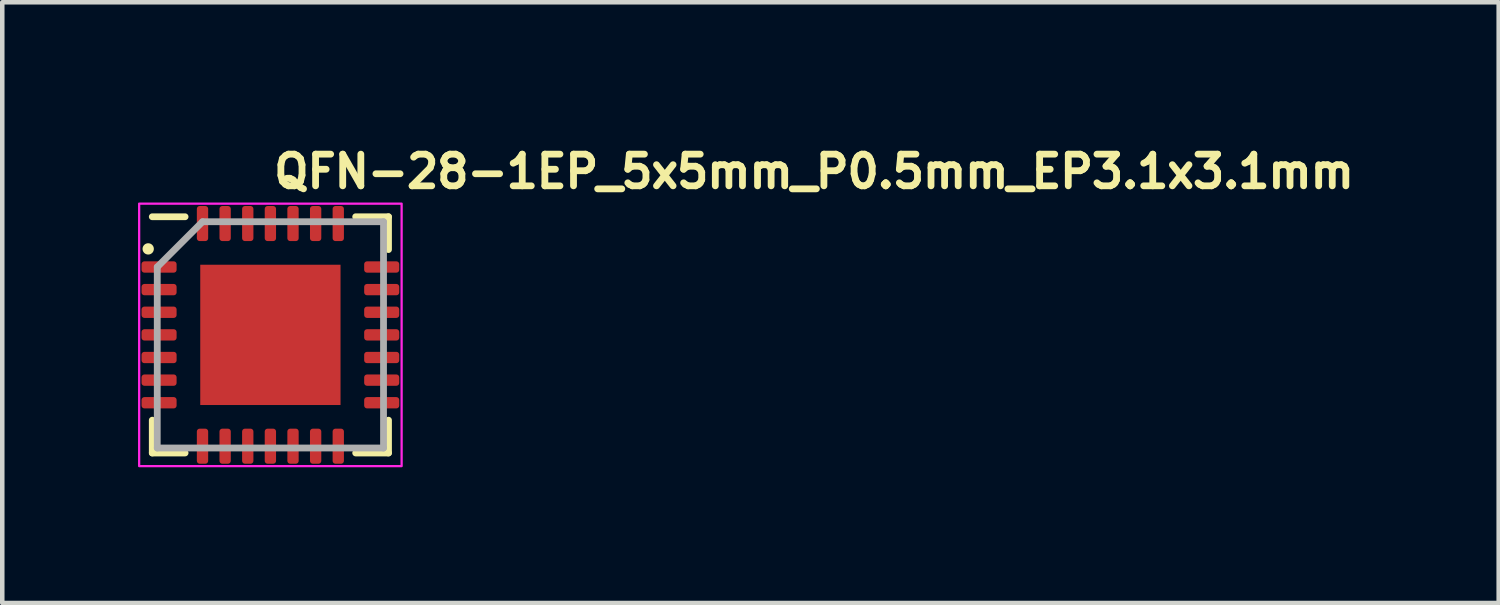
<source format=kicad_pcb>
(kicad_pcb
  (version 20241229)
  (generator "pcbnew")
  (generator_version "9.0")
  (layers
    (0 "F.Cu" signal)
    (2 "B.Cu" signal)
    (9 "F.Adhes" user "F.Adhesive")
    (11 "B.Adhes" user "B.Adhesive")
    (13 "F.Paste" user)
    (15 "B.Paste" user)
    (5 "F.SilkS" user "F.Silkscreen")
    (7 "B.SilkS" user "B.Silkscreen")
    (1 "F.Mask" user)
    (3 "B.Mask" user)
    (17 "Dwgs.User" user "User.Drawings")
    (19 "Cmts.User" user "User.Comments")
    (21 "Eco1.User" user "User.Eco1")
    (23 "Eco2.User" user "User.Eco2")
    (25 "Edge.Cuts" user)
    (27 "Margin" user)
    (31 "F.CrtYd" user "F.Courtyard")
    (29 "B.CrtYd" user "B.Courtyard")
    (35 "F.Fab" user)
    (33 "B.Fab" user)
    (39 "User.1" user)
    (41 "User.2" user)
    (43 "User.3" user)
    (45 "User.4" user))
  (footprint "QFN-28-1EP_5x5mm_P0.5mm_EP3.1x3.1mm"
    (layer "F.Cu")
    (at 2.925 4.35)
    (property "Reference" "QFN-28-1EP_5x5mm_P0.5mm_EP3.1x3.1mm" (at 0 -3.2 0) (layer "F.SilkS") (effects (font (size 0.7 0.7) (thickness 0.15)) (justify left bottom)))
    (attr smd)
    (fp_line (start -2.61 2.61) (end -2.61 1.885) (stroke (width 0.15) (type solid)) (layer "F.SilkS"))
    (fp_line (start -1.885 -2.61) (end -2.61 -2.61) (stroke (width 0.15) (type solid)) (layer "F.SilkS"))
    (fp_line (start -1.885 2.61) (end -2.61 2.61) (stroke (width 0.15) (type solid)) (layer "F.SilkS"))
    (fp_line (start 1.885 -2.61) (end 2.61 -2.61) (stroke (width 0.15) (type solid)) (layer "F.SilkS"))
    (fp_line (start 1.885 2.61) (end 2.61 2.61) (stroke (width 0.15) (type solid)) (layer "F.SilkS"))
    (fp_line (start 2.61 -2.61) (end 2.61 -1.885) (stroke (width 0.15) (type solid)) (layer "F.SilkS"))
    (fp_line (start 2.61 2.61) (end 2.61 1.885) (stroke (width 0.15) (type solid)) (layer "F.SilkS"))
    (fp_circle (center -2.7 -1.9) (end -2.65 -1.9) (stroke (width 0.15) (type solid)) (fill yes) (layer "F.SilkS"))
    (fp_rect (start -2.9 -2.9) (end 2.9 2.9) (stroke (width 0.05) (type solid)) (fill no) (layer "F.CrtYd"))
    (fp_line (start -2.5 -1.5) (end -1.5 -2.5) (stroke (width 0.15) (type solid)) (layer "F.Fab"))
    (fp_line (start -2.5 2.5) (end -2.5 -1.5) (stroke (width 0.15) (type solid)) (layer "F.Fab"))
    (fp_line (start -1.5 -2.5) (end 2.5 -2.5) (stroke (width 0.15) (type solid)) (layer "F.Fab"))
    (fp_line (start 2.5 -2.5) (end 2.5 2.5) (stroke (width 0.15) (type solid)) (layer "F.Fab"))
    (fp_line (start 2.5 2.5) (end -2.5 2.5) (stroke (width 0.15) (type solid)) (layer "F.Fab"))
    (fp_rect (start -2.5 -2.5) (end 2.5 2.5) (stroke (width 0.1) (type solid)) (fill no) (layer "User.5"))
    (fp_line (start -2.5 -1.625) (end -2.5 -1.375) (stroke (width 0.02) (type solid)) (layer "User.9"))
    (fp_line (start -2.5 -1.375) (end -2.49 -1.375) (stroke (width 0.02) (type solid)) (layer "User.9"))
    (fp_line (start -2.5 -1.125) (end -2.5 -0.875) (stroke (width 0.02) (type solid)) (layer "User.9"))
    (fp_line (start -2.5 -0.875) (end -2.49 -0.875) (stroke (width 0.02) (type solid)) (layer "User.9"))
    (fp_line (start -2.5 -0.625) (end -2.5 -0.375) (stroke (width 0.02) (type solid)) (layer "User.9"))
    (fp_line (start -2.5 -0.375) (end -2.49 -0.375) (stroke (width 0.02) (type solid)) (layer "User.9"))
    (fp_line (start -2.5 -0.125) (end -2.5 0.125) (stroke (width 0.02) (type solid)) (layer "User.9"))
    (fp_line (start -2.5 0.125) (end -2.49 0.125) (stroke (width 0.02) (type solid)) (layer "User.9"))
    (fp_line (start -2.5 0.375) (end -2.5 0.625) (stroke (width 0.02) (type solid)) (layer "User.9"))
    (fp_line (start -2.5 0.625) (end -2.49 0.625) (stroke (width 0.02) (type solid)) (layer "User.9"))
    (fp_line (start -2.5 0.875) (end -2.5 1.125) (stroke (width 0.02) (type solid)) (layer "User.9"))
    (fp_line (start -2.5 1.125) (end -2.49 1.125) (stroke (width 0.02) (type solid)) (layer "User.9"))
    (fp_line (start -2.5 1.375) (end -2.5 1.625) (stroke (width 0.02) (type solid)) (layer "User.9"))
    (fp_line (start -2.5 1.625) (end -2.49 1.625) (stroke (width 0.02) (type solid)) (layer "User.9"))
    (fp_line (start -2.49 -2.49) (end -2.49 2.49) (stroke (width 0.02) (type solid)) (layer "User.9"))
    (fp_line (start -2.49 -2.49) (end 2.49 -2.49) (stroke (width 0.02) (type solid)) (layer "User.9"))
    (fp_line (start -2.49 -1.625) (end -2.5 -1.625) (stroke (width 0.02) (type solid)) (layer "User.9"))
    (fp_line (start -2.49 -1.125) (end -2.5 -1.125) (stroke (width 0.02) (type solid)) (layer "User.9"))
    (fp_line (start -2.49 -0.625) (end -2.5 -0.625) (stroke (width 0.02) (type solid)) (layer "User.9"))
    (fp_line (start -2.49 -0.125) (end -2.5 -0.125) (stroke (width 0.02) (type solid)) (layer "User.9"))
    (fp_line (start -2.49 0.375) (end -2.5 0.375) (stroke (width 0.02) (type solid)) (layer "User.9"))
    (fp_line (start -2.49 0.875) (end -2.5 0.875) (stroke (width 0.02) (type solid)) (layer "User.9"))
    (fp_line (start -2.49 1.375) (end -2.5 1.375) (stroke (width 0.02) (type solid)) (layer "User.9"))
    (fp_line (start -2.49 2.49) (end 2.49 2.49) (stroke (width 0.02) (type solid)) (layer "User.9"))
    (fp_line (start -2.15 -1.913) (end -2.15 -1.9) (stroke (width 0.02) (type solid)) (layer "User.9"))
    (fp_line (start -2.15 -1.9) (end -2.15 -1.9) (stroke (width 0.02) (type solid)) (layer "User.9"))
    (fp_line (start -2.15 -1.9) (end -2.15 -1.887) (stroke (width 0.02) (type solid)) (layer "User.9"))
    (fp_line (start -2.15 -1.887) (end -2.149 -1.874) (stroke (width 0.02) (type solid)) (layer "User.9"))
    (fp_line (start -2.149 -1.926) (end -2.15 -1.913) (stroke (width 0.02) (type solid)) (layer "User.9"))
    (fp_line (start -2.149 -1.874) (end -2.147 -1.862) (stroke (width 0.02) (type solid)) (layer "User.9"))
    (fp_line (start -2.147 -1.938) (end -2.149 -1.926) (stroke (width 0.02) (type solid)) (layer "User.9"))
    (fp_line (start -2.147 -1.862) (end -2.145 -1.85) (stroke (width 0.02) (type solid)) (layer "User.9"))
    (fp_line (start -2.145 -1.95) (end -2.147 -1.938) (stroke (width 0.02) (type solid)) (layer "User.9"))
    (fp_line (start -2.145 -1.85) (end -2.142 -1.838) (stroke (width 0.02) (type solid)) (layer "User.9"))
    (fp_line (start -2.142 -1.962) (end -2.145 -1.95) (stroke (width 0.02) (type solid)) (layer "User.9"))
    (fp_line (start -2.142 -1.838) (end -2.139 -1.826) (stroke (width 0.02) (type solid)) (layer "User.9"))
    (fp_line (start -2.139 -1.974) (end -2.142 -1.962) (stroke (width 0.02) (type solid)) (layer "User.9"))
    (fp_line (start -2.139 -1.826) (end -2.135 -1.814) (stroke (width 0.02) (type solid)) (layer "User.9"))
    (fp_line (start -2.135 -1.986) (end -2.139 -1.974) (stroke (width 0.02) (type solid)) (layer "User.9"))
    (fp_line (start -2.135 -1.814) (end -2.13 -1.803) (stroke (width 0.02) (type solid)) (layer "User.9"))
    (fp_line (start -2.13 -1.997) (end -2.135 -1.986) (stroke (width 0.02) (type solid)) (layer "User.9"))
    (fp_line (start -2.13 -1.803) (end -2.125 -1.792) (stroke (width 0.02) (type solid)) (layer "User.9"))
    (fp_line (start -2.125 -2.008) (end -2.13 -1.997) (stroke (width 0.02) (type solid)) (layer "User.9"))
    (fp_line (start -2.125 -1.792) (end -2.12 -1.781) (stroke (width 0.02) (type solid)) (layer "User.9"))
    (fp_line (start -2.12 -2.019) (end -2.125 -2.008) (stroke (width 0.02) (type solid)) (layer "User.9"))
    (fp_line (start -2.12 -1.781) (end -2.114 -1.77) (stroke (width 0.02) (type solid)) (layer "User.9"))
    (fp_line (start -2.114 -2.03) (end -2.12 -2.019) (stroke (width 0.02) (type solid)) (layer "User.9"))
    (fp_line (start -2.114 -1.77) (end -2.107 -1.76) (stroke (width 0.02) (type solid)) (layer "User.9"))
    (fp_line (start -2.107 -2.04) (end -2.114 -2.03) (stroke (width 0.02) (type solid)) (layer "User.9"))
    (fp_line (start -2.107 -1.76) (end -2.1 -1.75) (stroke (width 0.02) (type solid)) (layer "User.9"))
    (fp_line (start -2.1 -2.05) (end -2.107 -2.04) (stroke (width 0.02) (type solid)) (layer "User.9"))
    (fp_line (start -2.1 -1.75) (end -2.093 -1.741) (stroke (width 0.02) (type solid)) (layer "User.9"))
    (fp_line (start -2.093 -2.059) (end -2.1 -2.05) (stroke (width 0.02) (type solid)) (layer "User.9"))
    (fp_line (start -2.093 -1.741) (end -2.085 -1.732) (stroke (width 0.02) (type solid)) (layer "User.9"))
    (fp_line (start -2.085 -2.068) (end -2.093 -2.059) (stroke (width 0.02) (type solid)) (layer "User.9"))
    (fp_line (start -2.085 -1.732) (end -2.077 -1.723) (stroke (width 0.02) (type solid)) (layer "User.9"))
    (fp_line (start -2.077 -2.077) (end -2.085 -2.068) (stroke (width 0.02) (type solid)) (layer "User.9"))
    (fp_line (start -2.077 -1.723) (end -2.068 -1.715) (stroke (width 0.02) (type solid)) (layer "User.9"))
    (fp_line (start -2.068 -2.085) (end -2.077 -2.077) (stroke (width 0.02) (type solid)) (layer "User.9"))
    (fp_line (start -2.068 -1.715) (end -2.059 -1.707) (stroke (width 0.02) (type solid)) (layer "User.9"))
    (fp_line (start -2.059 -2.093) (end -2.068 -2.085) (stroke (width 0.02) (type solid)) (layer "User.9"))
    (fp_line (start -2.059 -1.707) (end -2.05 -1.7) (stroke (width 0.02) (type solid)) (layer "User.9"))
    (fp_line (start -2.05 -2.1) (end -2.059 -2.093) (stroke (width 0.02) (type solid)) (layer "User.9"))
    (fp_line (start -2.05 -1.7) (end -2.04 -1.693) (stroke (width 0.02) (type solid)) (layer "User.9"))
    (fp_line (start -2.04 -2.107) (end -2.05 -2.1) (stroke (width 0.02) (type solid)) (layer "User.9"))
    (fp_line (start -2.04 -1.693) (end -2.03 -1.686) (stroke (width 0.02) (type solid)) (layer "User.9"))
    (fp_line (start -2.03 -2.114) (end -2.04 -2.107) (stroke (width 0.02) (type solid)) (layer "User.9"))
    (fp_line (start -2.03 -1.686) (end -2.019 -1.68) (stroke (width 0.02) (type solid)) (layer "User.9"))
    (fp_line (start -2.019 -2.12) (end -2.03 -2.114) (stroke (width 0.02) (type solid)) (layer "User.9"))
    (fp_line (start -2.019 -1.68) (end -2.008 -1.675) (stroke (width 0.02) (type solid)) (layer "User.9"))
    (fp_line (start -2.008 -2.125) (end -2.019 -2.12) (stroke (width 0.02) (type solid)) (layer "User.9"))
    (fp_line (start -2.008 -1.675) (end -1.997 -1.67) (stroke (width 0.02) (type solid)) (layer "User.9"))
    (fp_line (start -1.997 -2.13) (end -2.008 -2.125) (stroke (width 0.02) (type solid)) (layer "User.9"))
    (fp_line (start -1.997 -1.67) (end -1.986 -1.665) (stroke (width 0.02) (type solid)) (layer "User.9"))
    (fp_line (start -1.986 -2.135) (end -1.997 -2.13) (stroke (width 0.02) (type solid)) (layer "User.9"))
    (fp_line (start -1.986 -1.665) (end -1.974 -1.661) (stroke (width 0.02) (type solid)) (layer "User.9"))
    (fp_line (start -1.974 -2.139) (end -1.986 -2.135) (stroke (width 0.02) (type solid)) (layer "User.9"))
    (fp_line (start -1.974 -1.661) (end -1.962 -1.658) (stroke (width 0.02) (type solid)) (layer "User.9"))
    (fp_line (start -1.962 -2.142) (end -1.974 -2.139) (stroke (width 0.02) (type solid)) (layer "User.9"))
    (fp_line (start -1.962 -1.658) (end -1.95 -1.655) (stroke (width 0.02) (type solid)) (layer "User.9"))
    (fp_line (start -1.95 -2.145) (end -1.962 -2.142) (stroke (width 0.02) (type solid)) (layer "User.9"))
    (fp_line (start -1.95 -1.655) (end -1.938 -1.653) (stroke (width 0.02) (type solid)) (layer "User.9"))
    (fp_line (start -1.938 -2.147) (end -1.95 -2.145) (stroke (width 0.02) (type solid)) (layer "User.9"))
    (fp_line (start -1.938 -1.653) (end -1.926 -1.651) (stroke (width 0.02) (type solid)) (layer "User.9"))
    (fp_line (start -1.926 -2.149) (end -1.938 -2.147) (stroke (width 0.02) (type solid)) (layer "User.9"))
    (fp_line (start -1.926 -1.651) (end -1.913 -1.65) (stroke (width 0.02) (type solid)) (layer "User.9"))
    (fp_line (start -1.913 -2.15) (end -1.926 -2.149) (stroke (width 0.02) (type solid)) (layer "User.9"))
    (fp_line (start -1.913 -1.65) (end -1.9 -1.65) (stroke (width 0.02) (type solid)) (layer "User.9"))
    (fp_line (start -1.9 -2.15) (end -1.913 -2.15) (stroke (width 0.02) (type solid)) (layer "User.9"))
    (fp_line (start -1.9 -2.15) (end -1.9 -2.15) (stroke (width 0.02) (type solid)) (layer "User.9"))
    (fp_line (start -1.9 -1.65) (end -1.9 -1.65) (stroke (width 0.02) (type solid)) (layer "User.9"))
    (fp_line (start -1.9 -1.65) (end -1.887 -1.65) (stroke (width 0.02) (type solid)) (layer "User.9"))
    (fp_line (start -1.887 -2.15) (end -1.9 -2.15) (stroke (width 0.02) (type solid)) (layer "User.9"))
    (fp_line (start -1.887 -1.65) (end -1.874 -1.651) (stroke (width 0.02) (type solid)) (layer "User.9"))
    (fp_line (start -1.874 -2.149) (end -1.887 -2.15) (stroke (width 0.02) (type solid)) (layer "User.9"))
    (fp_line (start -1.874 -1.651) (end -1.862 -1.653) (stroke (width 0.02) (type solid)) (layer "User.9"))
    (fp_line (start -1.862 -2.147) (end -1.874 -2.149) (stroke (width 0.02) (type solid)) (layer "User.9"))
    (fp_line (start -1.862 -1.653) (end -1.85 -1.655) (stroke (width 0.02) (type solid)) (layer "User.9"))
    (fp_line (start -1.85 -2.145) (end -1.862 -2.147) (stroke (width 0.02) (type solid)) (layer "User.9"))
    (fp_line (start -1.85 -1.655) (end -1.838 -1.658) (stroke (width 0.02) (type solid)) (layer "User.9"))
    (fp_line (start -1.838 -2.142) (end -1.85 -2.145) (stroke (width 0.02) (type solid)) (layer "User.9"))
    (fp_line (start -1.838 -1.658) (end -1.826 -1.661) (stroke (width 0.02) (type solid)) (layer "User.9"))
    (fp_line (start -1.826 -2.139) (end -1.838 -2.142) (stroke (width 0.02) (type solid)) (layer "User.9"))
    (fp_line (start -1.826 -1.661) (end -1.814 -1.665) (stroke (width 0.02) (type solid)) (layer "User.9"))
    (fp_line (start -1.814 -2.135) (end -1.826 -2.139) (stroke (width 0.02) (type solid)) (layer "User.9"))
    (fp_line (start -1.814 -1.665) (end -1.803 -1.67) (stroke (width 0.02) (type solid)) (layer "User.9"))
    (fp_line (start -1.803 -2.13) (end -1.814 -2.135) (stroke (width 0.02) (type solid)) (layer "User.9"))
    (fp_line (start -1.803 -1.67) (end -1.792 -1.675) (stroke (width 0.02) (type solid)) (layer "User.9"))
    (fp_line (start -1.792 -2.125) (end -1.803 -2.13) (stroke (width 0.02) (type solid)) (layer "User.9"))
    (fp_line (start -1.792 -1.675) (end -1.781 -1.68) (stroke (width 0.02) (type solid)) (layer "User.9"))
    (fp_line (start -1.781 -2.12) (end -1.792 -2.125) (stroke (width 0.02) (type solid)) (layer "User.9"))
    (fp_line (start -1.781 -1.68) (end -1.77 -1.686) (stroke (width 0.02) (type solid)) (layer "User.9"))
    (fp_line (start -1.77 -2.114) (end -1.781 -2.12) (stroke (width 0.02) (type solid)) (layer "User.9"))
    (fp_line (start -1.77 -1.686) (end -1.76 -1.693) (stroke (width 0.02) (type solid)) (layer "User.9"))
    (fp_line (start -1.76 -2.107) (end -1.77 -2.114) (stroke (width 0.02) (type solid)) (layer "User.9"))
    (fp_line (start -1.76 -1.693) (end -1.75 -1.7) (stroke (width 0.02) (type solid)) (layer "User.9"))
    (fp_line (start -1.75 -2.1) (end -1.76 -2.107) (stroke (width 0.02) (type solid)) (layer "User.9"))
    (fp_line (start -1.75 -1.7) (end -1.741 -1.707) (stroke (width 0.02) (type solid)) (layer "User.9"))
    (fp_line (start -1.741 -2.093) (end -1.75 -2.1) (stroke (width 0.02) (type solid)) (layer "User.9"))
    (fp_line (start -1.741 -1.707) (end -1.732 -1.715) (stroke (width 0.02) (type solid)) (layer "User.9"))
    (fp_line (start -1.732 -2.085) (end -1.741 -2.093) (stroke (width 0.02) (type solid)) (layer "User.9"))
    (fp_line (start -1.732 -1.715) (end -1.723 -1.723) (stroke (width 0.02) (type solid)) (layer "User.9"))
    (fp_line (start -1.723 -2.077) (end -1.732 -2.085) (stroke (width 0.02) (type solid)) (layer "User.9"))
    (fp_line (start -1.723 -1.723) (end -1.715 -1.732) (stroke (width 0.02) (type solid)) (layer "User.9"))
    (fp_line (start -1.715 -2.068) (end -1.723 -2.077) (stroke (width 0.02) (type solid)) (layer "User.9"))
    (fp_line (start -1.715 -1.732) (end -1.707 -1.741) (stroke (width 0.02) (type solid)) (layer "User.9"))
    (fp_line (start -1.707 -2.059) (end -1.715 -2.068) (stroke (width 0.02) (type solid)) (layer "User.9"))
    (fp_line (start -1.707 -1.741) (end -1.7 -1.75) (stroke (width 0.02) (type solid)) (layer "User.9"))
    (fp_line (start -1.7 -2.05) (end -1.707 -2.059) (stroke (width 0.02) (type solid)) (layer "User.9"))
    (fp_line (start -1.7 -1.75) (end -1.693 -1.76) (stroke (width 0.02) (type solid)) (layer "User.9"))
    (fp_line (start -1.693 -2.04) (end -1.7 -2.05) (stroke (width 0.02) (type solid)) (layer "User.9"))
    (fp_line (start -1.693 -1.76) (end -1.686 -1.77) (stroke (width 0.02) (type solid)) (layer "User.9"))
    (fp_line (start -1.686 -2.03) (end -1.693 -2.04) (stroke (width 0.02) (type solid)) (layer "User.9"))
    (fp_line (start -1.686 -1.77) (end -1.68 -1.781) (stroke (width 0.02) (type solid)) (layer "User.9"))
    (fp_line (start -1.68 -2.019) (end -1.686 -2.03) (stroke (width 0.02) (type solid)) (layer "User.9"))
    (fp_line (start -1.68 -1.781) (end -1.675 -1.792) (stroke (width 0.02) (type solid)) (layer "User.9"))
    (fp_line (start -1.675 -2.008) (end -1.68 -2.019) (stroke (width 0.02) (type solid)) (layer "User.9"))
    (fp_line (start -1.675 -1.792) (end -1.67 -1.803) (stroke (width 0.02) (type solid)) (layer "User.9"))
    (fp_line (start -1.67 -1.997) (end -1.675 -2.008) (stroke (width 0.02) (type solid)) (layer "User.9"))
    (fp_line (start -1.67 -1.803) (end -1.665 -1.814) (stroke (width 0.02) (type solid)) (layer "User.9"))
    (fp_line (start -1.665 -1.986) (end -1.67 -1.997) (stroke (width 0.02) (type solid)) (layer "User.9"))
    (fp_line (start -1.665 -1.814) (end -1.661 -1.826) (stroke (width 0.02) (type solid)) (layer "User.9"))
    (fp_line (start -1.661 -1.974) (end -1.665 -1.986) (stroke (width 0.02) (type solid)) (layer "User.9"))
    (fp_line (start -1.661 -1.826) (end -1.658 -1.838) (stroke (width 0.02) (type solid)) (layer "User.9"))
    (fp_line (start -1.658 -1.962) (end -1.661 -1.974) (stroke (width 0.02) (type solid)) (layer "User.9"))
    (fp_line (start -1.658 -1.838) (end -1.655 -1.85) (stroke (width 0.02) (type solid)) (layer "User.9"))
    (fp_line (start -1.655 -1.95) (end -1.658 -1.962) (stroke (width 0.02) (type solid)) (layer "User.9"))
    (fp_line (start -1.655 -1.85) (end -1.653 -1.862) (stroke (width 0.02) (type solid)) (layer "User.9"))
    (fp_line (start -1.653 -1.938) (end -1.655 -1.95) (stroke (width 0.02) (type solid)) (layer "User.9"))
    (fp_line (start -1.653 -1.862) (end -1.651 -1.874) (stroke (width 0.02) (type solid)) (layer "User.9"))
    (fp_line (start -1.651 -1.926) (end -1.653 -1.938) (stroke (width 0.02) (type solid)) (layer "User.9"))
    (fp_line (start -1.651 -1.874) (end -1.65 -1.887) (stroke (width 0.02) (type solid)) (layer "User.9"))
    (fp_line (start -1.65 -1.913) (end -1.651 -1.926) (stroke (width 0.02) (type solid)) (layer "User.9"))
    (fp_line (start -1.65 -1.9) (end -1.65 -1.913) (stroke (width 0.02) (type solid)) (layer "User.9"))
    (fp_line (start -1.65 -1.9) (end -1.65 -1.9) (stroke (width 0.02) (type solid)) (layer "User.9"))
    (fp_line (start -1.65 -1.9) (end -1.65 -1.9) (stroke (width 0.02) (type solid)) (layer "User.9"))
    (fp_line (start -1.65 -1.887) (end -1.65 -1.9) (stroke (width 0.02) (type solid)) (layer "User.9"))
    (fp_line (start -1.625 -2.5) (end -1.625 -2.49) (stroke (width 0.02) (type solid)) (layer "User.9"))
    (fp_line (start -1.625 2.49) (end -1.625 2.5) (stroke (width 0.02) (type solid)) (layer "User.9"))
    (fp_line (start -1.625 2.5) (end -1.375 2.5) (stroke (width 0.02) (type solid)) (layer "User.9"))
    (fp_line (start -1.375 -2.5) (end -1.625 -2.5) (stroke (width 0.02) (type solid)) (layer "User.9"))
    (fp_line (start -1.375 -2.49) (end -1.375 -2.5) (stroke (width 0.02) (type solid)) (layer "User.9"))
    (fp_line (start -1.375 2.5) (end -1.375 2.49) (stroke (width 0.02) (type solid)) (layer "User.9"))
    (fp_line (start -1.125 -2.5) (end -1.125 -2.49) (stroke (width 0.02) (type solid)) (layer "User.9"))
    (fp_line (start -1.125 2.49) (end -1.125 2.5) (stroke (width 0.02) (type solid)) (layer "User.9"))
    (fp_line (start -1.125 2.5) (end -0.875 2.5) (stroke (width 0.02) (type solid)) (layer "User.9"))
    (fp_line (start -0.875 -2.5) (end -1.125 -2.5) (stroke (width 0.02) (type solid)) (layer "User.9"))
    (fp_line (start -0.875 -2.49) (end -0.875 -2.5) (stroke (width 0.02) (type solid)) (layer "User.9"))
    (fp_line (start -0.875 2.5) (end -0.875 2.49) (stroke (width 0.02) (type solid)) (layer "User.9"))
    (fp_line (start -0.625 -2.5) (end -0.625 -2.49) (stroke (width 0.02) (type solid)) (layer "User.9"))
    (fp_line (start -0.625 2.49) (end -0.625 2.5) (stroke (width 0.02) (type solid)) (layer "User.9"))
    (fp_line (start -0.625 2.5) (end -0.375 2.5) (stroke (width 0.02) (type solid)) (layer "User.9"))
    (fp_line (start -0.375 -2.5) (end -0.625 -2.5) (stroke (width 0.02) (type solid)) (layer "User.9"))
    (fp_line (start -0.375 -2.49) (end -0.375 -2.5) (stroke (width 0.02) (type solid)) (layer "User.9"))
    (fp_line (start -0.375 2.5) (end -0.375 2.49) (stroke (width 0.02) (type solid)) (layer "User.9"))
    (fp_line (start -0.125 -2.5) (end -0.125 -2.49) (stroke (width 0.02) (type solid)) (layer "User.9"))
    (fp_line (start -0.125 2.49) (end -0.125 2.5) (stroke (width 0.02) (type solid)) (layer "User.9"))
    (fp_line (start -0.125 2.5) (end 0.125 2.5) (stroke (width 0.02) (type solid)) (layer "User.9"))
    (fp_line (start 0.125 -2.5) (end -0.125 -2.5) (stroke (width 0.02) (type solid)) (layer "User.9"))
    (fp_line (start 0.125 -2.49) (end 0.125 -2.5) (stroke (width 0.02) (type solid)) (layer "User.9"))
    (fp_line (start 0.125 2.5) (end 0.125 2.49) (stroke (width 0.02) (type solid)) (layer "User.9"))
    (fp_line (start 0.375 -2.5) (end 0.375 -2.49) (stroke (width 0.02) (type solid)) (layer "User.9"))
    (fp_line (start 0.375 2.49) (end 0.375 2.5) (stroke (width 0.02) (type solid)) (layer "User.9"))
    (fp_line (start 0.375 2.5) (end 0.625 2.5) (stroke (width 0.02) (type solid)) (layer "User.9"))
    (fp_line (start 0.625 -2.5) (end 0.375 -2.5) (stroke (width 0.02) (type solid)) (layer "User.9"))
    (fp_line (start 0.625 -2.49) (end 0.625 -2.5) (stroke (width 0.02) (type solid)) (layer "User.9"))
    (fp_line (start 0.625 2.5) (end 0.625 2.49) (stroke (width 0.02) (type solid)) (layer "User.9"))
    (fp_line (start 0.875 -2.5) (end 0.875 -2.49) (stroke (width 0.02) (type solid)) (layer "User.9"))
    (fp_line (start 0.875 2.49) (end 0.875 2.5) (stroke (width 0.02) (type solid)) (layer "User.9"))
    (fp_line (start 0.875 2.5) (end 1.125 2.5) (stroke (width 0.02) (type solid)) (layer "User.9"))
    (fp_line (start 1.125 -2.5) (end 0.875 -2.5) (stroke (width 0.02) (type solid)) (layer "User.9"))
    (fp_line (start 1.125 -2.49) (end 1.125 -2.5) (stroke (width 0.02) (type solid)) (layer "User.9"))
    (fp_line (start 1.125 2.5) (end 1.125 2.49) (stroke (width 0.02) (type solid)) (layer "User.9"))
    (fp_line (start 1.375 -2.5) (end 1.375 -2.49) (stroke (width 0.02) (type solid)) (layer "User.9"))
    (fp_line (start 1.375 2.49) (end 1.375 2.5) (stroke (width 0.02) (type solid)) (layer "User.9"))
    (fp_line (start 1.375 2.5) (end 1.625 2.5) (stroke (width 0.02) (type solid)) (layer "User.9"))
    (fp_line (start 1.625 -2.5) (end 1.375 -2.5) (stroke (width 0.02) (type solid)) (layer "User.9"))
    (fp_line (start 1.625 -2.49) (end 1.625 -2.5) (stroke (width 0.02) (type solid)) (layer "User.9"))
    (fp_line (start 1.625 2.5) (end 1.625 2.49) (stroke (width 0.02) (type solid)) (layer "User.9"))
    (fp_line (start 2.49 -2.49) (end 2.49 2.49) (stroke (width 0.02) (type solid)) (layer "User.9"))
    (fp_line (start 2.49 -1.375) (end 2.5 -1.375) (stroke (width 0.02) (type solid)) (layer "User.9"))
    (fp_line (start 2.49 -0.875) (end 2.5 -0.875) (stroke (width 0.02) (type solid)) (layer "User.9"))
    (fp_line (start 2.49 -0.375) (end 2.5 -0.375) (stroke (width 0.02) (type solid)) (layer "User.9"))
    (fp_line (start 2.49 0.125) (end 2.5 0.125) (stroke (width 0.02) (type solid)) (layer "User.9"))
    (fp_line (start 2.49 0.625) (end 2.5 0.625) (stroke (width 0.02) (type solid)) (layer "User.9"))
    (fp_line (start 2.49 1.125) (end 2.5 1.125) (stroke (width 0.02) (type solid)) (layer "User.9"))
    (fp_line (start 2.49 1.625) (end 2.5 1.625) (stroke (width 0.02) (type solid)) (layer "User.9"))
    (fp_line (start 2.5 -1.625) (end 2.49 -1.625) (stroke (width 0.02) (type solid)) (layer "User.9"))
    (fp_line (start 2.5 -1.375) (end 2.5 -1.625) (stroke (width 0.02) (type solid)) (layer "User.9"))
    (fp_line (start 2.5 -1.125) (end 2.49 -1.125) (stroke (width 0.02) (type solid)) (layer "User.9"))
    (fp_line (start 2.5 -0.875) (end 2.5 -1.125) (stroke (width 0.02) (type solid)) (layer "User.9"))
    (fp_line (start 2.5 -0.625) (end 2.49 -0.625) (stroke (width 0.02) (type solid)) (layer "User.9"))
    (fp_line (start 2.5 -0.375) (end 2.5 -0.625) (stroke (width 0.02) (type solid)) (layer "User.9"))
    (fp_line (start 2.5 -0.125) (end 2.49 -0.125) (stroke (width 0.02) (type solid)) (layer "User.9"))
    (fp_line (start 2.5 0.125) (end 2.5 -0.125) (stroke (width 0.02) (type solid)) (layer "User.9"))
    (fp_line (start 2.5 0.375) (end 2.49 0.375) (stroke (width 0.02) (type solid)) (layer "User.9"))
    (fp_line (start 2.5 0.625) (end 2.5 0.375) (stroke (width 0.02) (type solid)) (layer "User.9"))
    (fp_line (start 2.5 0.875) (end 2.49 0.875) (stroke (width 0.02) (type solid)) (layer "User.9"))
    (fp_line (start 2.5 1.125) (end 2.5 0.875) (stroke (width 0.02) (type solid)) (layer "User.9"))
    (fp_line (start 2.5 1.375) (end 2.49 1.375) (stroke (width 0.02) (type solid)) (layer "User.9"))
    (fp_line (start 2.5 1.625) (end 2.5 1.375) (stroke (width 0.02) (type solid)) (layer "User.9"))
    (pad "" smd roundrect (at -0.75 -0.75) (size 1.01 1.01) (layers "F.Paste") (roundrect_rratio 0.248))
    (pad "" smd roundrect (at -0.75 0.75) (size 1.01 1.01) (layers "F.Paste") (roundrect_rratio 0.248))
    (pad "" smd roundrect (at 0.75 -0.75) (size 1.01 1.01) (layers "F.Paste") (roundrect_rratio 0.248))
    (pad "" smd roundrect (at 0.75 0.75) (size 1.01 1.01) (layers "F.Paste") (roundrect_rratio 0.248))
    (pad "1" smd roundrect (at -2.46 -1.5) (size 0.775 0.25) (layers "F.Cu" "F.Mask" "F.Paste") (roundrect_rratio 0.25))
    (pad "2" smd roundrect (at -2.46 -1) (size 0.775 0.25) (layers "F.Cu" "F.Mask" "F.Paste") (roundrect_rratio 0.25))
    (pad "3" smd roundrect (at -2.46 -0.5) (size 0.775 0.25) (layers "F.Cu" "F.Mask" "F.Paste") (roundrect_rratio 0.25))
    (pad "4" smd roundrect (at -2.46 0) (size 0.775 0.25) (layers "F.Cu" "F.Mask" "F.Paste") (roundrect_rratio 0.25))
    (pad "5" smd roundrect (at -2.46 0.5) (size 0.775 0.25) (layers "F.Cu" "F.Mask" "F.Paste") (roundrect_rratio 0.25))
    (pad "6" smd roundrect (at -2.46 1) (size 0.775 0.25) (layers "F.Cu" "F.Mask" "F.Paste") (roundrect_rratio 0.25))
    (pad "7" smd roundrect (at -2.46 1.5) (size 0.775 0.25) (layers "F.Cu" "F.Mask" "F.Paste") (roundrect_rratio 0.25))
    (pad "8" smd roundrect (at -1.5 2.46) (size 0.25 0.775) (layers "F.Cu" "F.Mask" "F.Paste") (roundrect_rratio 0.25))
    (pad "9" smd roundrect (at -1 2.46) (size 0.25 0.775) (layers "F.Cu" "F.Mask" "F.Paste") (roundrect_rratio 0.25))
    (pad "10" smd roundrect (at -0.5 2.46) (size 0.25 0.775) (layers "F.Cu" "F.Mask" "F.Paste") (roundrect_rratio 0.25))
    (pad "11" smd roundrect (at 0 2.46) (size 0.25 0.775) (layers "F.Cu" "F.Mask" "F.Paste") (roundrect_rratio 0.25))
    (pad "12" smd roundrect (at 0.5 2.46) (size 0.25 0.775) (layers "F.Cu" "F.Mask" "F.Paste") (roundrect_rratio 0.25))
    (pad "13" smd roundrect (at 1 2.46) (size 0.25 0.775) (layers "F.Cu" "F.Mask" "F.Paste") (roundrect_rratio 0.25))
    (pad "14" smd roundrect (at 1.5 2.46) (size 0.25 0.775) (layers "F.Cu" "F.Mask" "F.Paste") (roundrect_rratio 0.25))
    (pad "15" smd roundrect (at 2.46 1.5) (size 0.775 0.25) (layers "F.Cu" "F.Mask" "F.Paste") (roundrect_rratio 0.25))
    (pad "16" smd roundrect (at 2.46 1) (size 0.775 0.25) (layers "F.Cu" "F.Mask" "F.Paste") (roundrect_rratio 0.25))
    (pad "17" smd roundrect (at 2.46 0.5) (size 0.775 0.25) (layers "F.Cu" "F.Mask" "F.Paste") (roundrect_rratio 0.25))
    (pad "18" smd roundrect (at 2.46 0) (size 0.775 0.25) (layers "F.Cu" "F.Mask" "F.Paste") (roundrect_rratio 0.25))
    (pad "19" smd roundrect (at 2.46 -0.5) (size 0.775 0.25) (layers "F.Cu" "F.Mask" "F.Paste") (roundrect_rratio 0.25))
    (pad "20" smd roundrect (at 2.46 -1) (size 0.775 0.25) (layers "F.Cu" "F.Mask" "F.Paste") (roundrect_rratio 0.25))
    (pad "21" smd roundrect (at 2.46 -1.5) (size 0.775 0.25) (layers "F.Cu" "F.Mask" "F.Paste") (roundrect_rratio 0.25))
    (pad "22" smd roundrect (at 1.5 -2.46) (size 0.25 0.775) (layers "F.Cu" "F.Mask" "F.Paste") (roundrect_rratio 0.25))
    (pad "23" smd roundrect (at 1 -2.46) (size 0.25 0.775) (layers "F.Cu" "F.Mask" "F.Paste") (roundrect_rratio 0.25))
    (pad "24" smd roundrect (at 0.5 -2.46) (size 0.25 0.775) (layers "F.Cu" "F.Mask" "F.Paste") (roundrect_rratio 0.25))
    (pad "25" smd roundrect (at 0 -2.46) (size 0.25 0.775) (layers "F.Cu" "F.Mask" "F.Paste") (roundrect_rratio 0.25))
    (pad "26" smd roundrect (at -0.5 -2.46) (size 0.25 0.775) (layers "F.Cu" "F.Mask" "F.Paste") (roundrect_rratio 0.25))
    (pad "27" smd roundrect (at -1 -2.46) (size 0.25 0.775) (layers "F.Cu" "F.Mask" "F.Paste") (roundrect_rratio 0.25))
    (pad "28" smd roundrect (at -1.5 -2.46) (size 0.25 0.775) (layers "F.Cu" "F.Mask" "F.Paste") (roundrect_rratio 0.25))
    (pad "29" smd rect (at 0 0) (size 3.1 3.1) (layers "F.Cu" "F.Mask")))
  (gr_rect
    (start -3 -3)
    (end 30.068 10.275)
    (stroke (width 0.1) (type default))
    (fill no)
    (layer "Edge.Cuts")))
</source>
